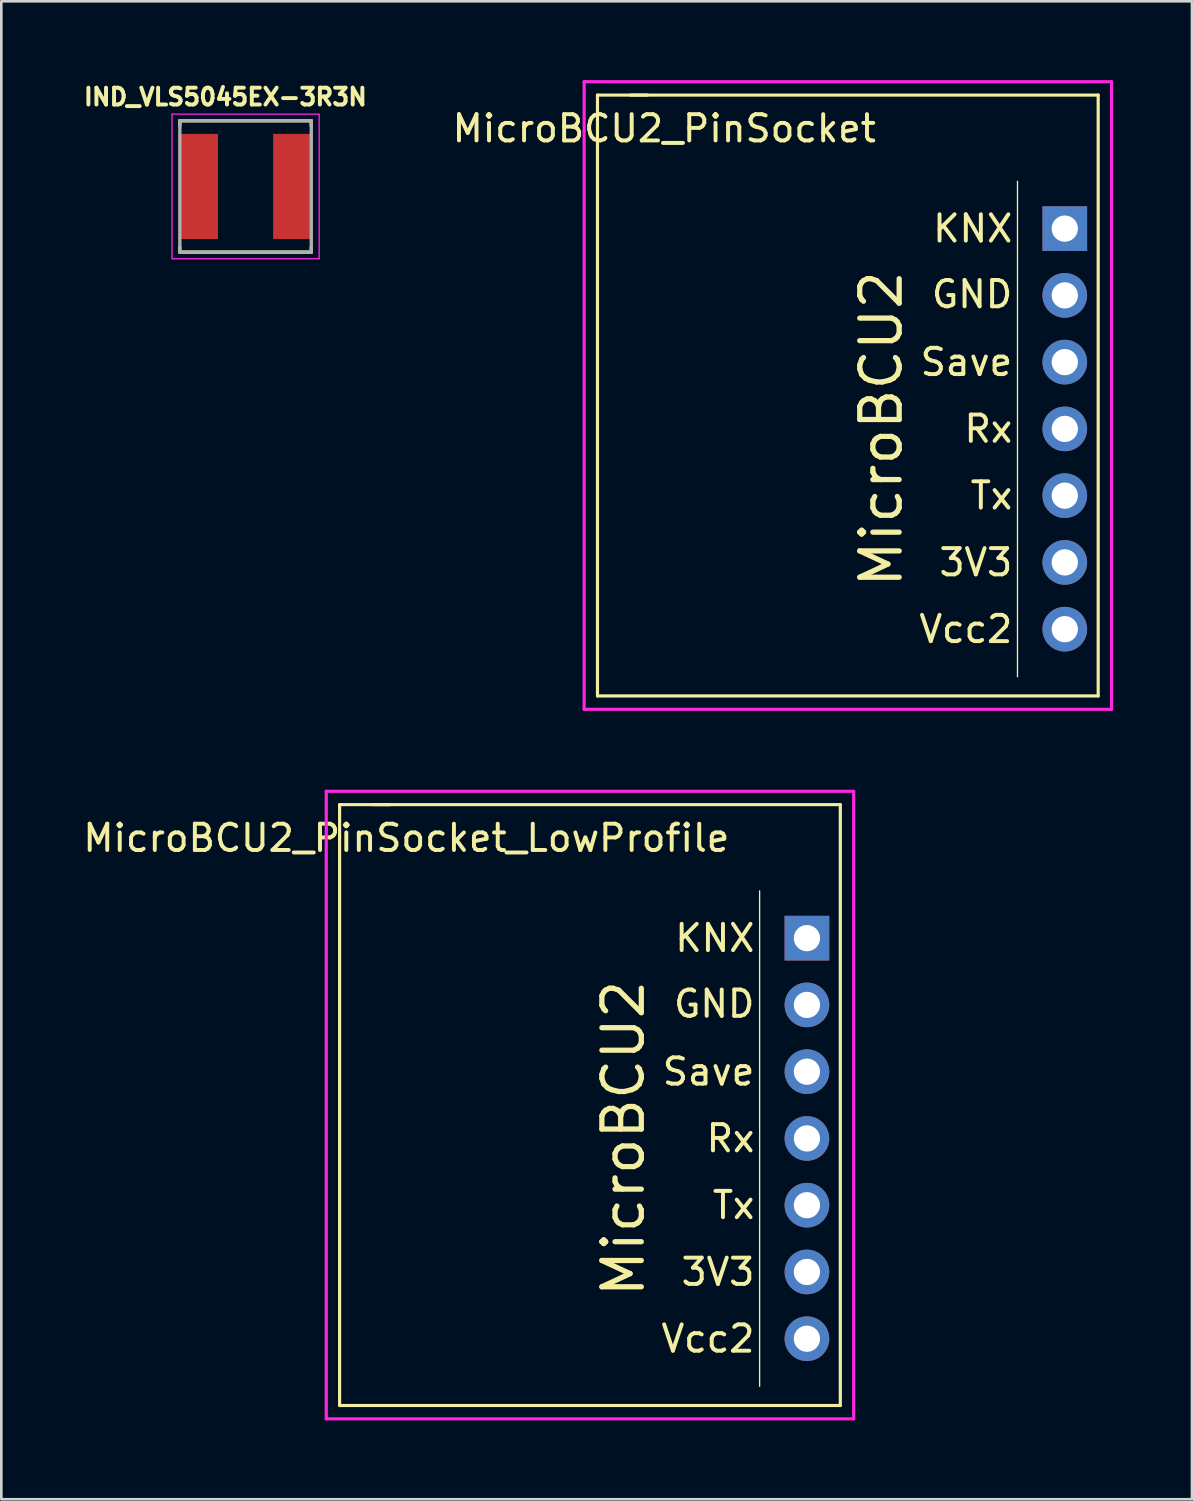
<source format=kicad_pcb>
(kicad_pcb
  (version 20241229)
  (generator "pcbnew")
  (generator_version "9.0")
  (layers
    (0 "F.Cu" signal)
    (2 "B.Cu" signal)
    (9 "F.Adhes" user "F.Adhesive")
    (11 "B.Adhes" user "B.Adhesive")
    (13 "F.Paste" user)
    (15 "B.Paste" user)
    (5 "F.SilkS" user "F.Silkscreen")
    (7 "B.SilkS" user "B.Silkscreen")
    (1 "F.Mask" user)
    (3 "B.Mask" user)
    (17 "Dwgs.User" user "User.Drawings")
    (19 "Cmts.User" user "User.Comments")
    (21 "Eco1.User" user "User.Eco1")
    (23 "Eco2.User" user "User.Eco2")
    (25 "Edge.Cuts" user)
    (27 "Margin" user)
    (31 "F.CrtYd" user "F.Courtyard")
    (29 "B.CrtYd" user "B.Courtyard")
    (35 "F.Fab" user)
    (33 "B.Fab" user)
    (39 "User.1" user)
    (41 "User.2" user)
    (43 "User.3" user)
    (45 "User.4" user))
  (footprint "MicroBCU2_PinSocket_LowProfile"
    (layer "F.Cu")
    (at 27.651 32.644)
    (property "Reference" "MicroBCU2_PinSocket_LowProfile" (at -15.24 -3.81 0) (layer "F.SilkS") (effects (font (size 1 1) (thickness 0.15))))
    (attr through_hole)
    (fp_line (start -17.78 -5.08) (end -17.78 17.78) (stroke (width 0.12) (type solid)) (layer "F.SilkS"))
    (fp_line (start -17.78 -5.08) (end -15.875 -5.08) (stroke (width 0.12) (type solid)) (layer "F.SilkS"))
    (fp_line (start -1.8 -1.8) (end -1.8 17.05) (stroke (width 0.05) (type solid)) (layer "F.SilkS"))
    (fp_line (start 1.27 -5.08) (end -16.51 -5.08) (stroke (width 0.12) (type solid)) (layer "F.SilkS"))
    (fp_line (start 1.27 -5.08) (end 1.27 17.78) (stroke (width 0.12) (type solid)) (layer "F.SilkS"))
    (fp_line (start 1.27 17.78) (end -17.78 17.78) (stroke (width 0.12) (type solid)) (layer "F.SilkS"))
    (fp_line (start -18.288 -5.588) (end 1.778 -5.588) (stroke (width 0.12) (type solid)) (layer "F.CrtYd"))
    (fp_line (start -18.288 18.288) (end -18.288 -5.588) (stroke (width 0.12) (type solid)) (layer "F.CrtYd"))
    (fp_line (start 1.778 -5.588) (end 1.778 18.288) (stroke (width 0.12) (type solid)) (layer "F.CrtYd"))
    (fp_line (start 1.778 18.288) (end -18.288 18.288) (stroke (width 0.12) (type solid)) (layer "F.CrtYd"))
    (fp_text user "GND" (at -1.905 2.5 0) (layer "F.SilkS") (effects (font (size 1 1) (thickness 0.15)) (justify right)))
    (fp_text user "Rx" (at -1.905 7.62 0) (layer "F.SilkS") (effects (font (size 1 1) (thickness 0.15)) (justify right)))
    (fp_text user "MicroBCU2" (at -6.985 7.62 90) (layer "F.SilkS") (effects (font (size 1.5 1.5) (thickness 0.2))))
    (fp_text user "Save" (at -1.905 5.08 0) (layer "F.SilkS") (effects (font (size 1 1) (thickness 0.15)) (justify right)))
    (fp_text user "Tx" (at -1.905 10.16 0) (layer "F.SilkS") (effects (font (size 1 1) (thickness 0.15)) (justify right)))
    (fp_text user "Vcc2" (at -1.905 15.24 0) (layer "F.SilkS") (effects (font (size 1 1) (thickness 0.15)) (justify right)))
    (fp_text user "3V3" (at -1.905 12.7 0) (layer "F.SilkS") (effects (font (size 1 1) (thickness 0.15)) (justify right)))
    (fp_text user "KNX" (at -1.905 0 0) (layer "F.SilkS") (effects (font (size 1 1) (thickness 0.15)) (justify right)))
    (pad "1" thru_hole rect (at 0 0) (size 1.7 1.7) (drill 1) (layers "*.Cu" "*.Mask"))
    (pad "2" thru_hole oval (at 0 2.54) (size 1.7 1.7) (drill 1) (layers "*.Cu" "*.Mask"))
    (pad "3" thru_hole oval (at 0 5.08) (size 1.7 1.7) (drill 1) (layers "*.Cu" "*.Mask"))
    (pad "4" thru_hole oval (at 0 7.62) (size 1.7 1.7) (drill 1) (layers "*.Cu" "*.Mask"))
    (pad "5" thru_hole oval (at 0 10.16) (size 1.7 1.7) (drill 1) (layers "*.Cu" "*.Mask"))
    (pad "6" thru_hole oval (at 0 12.7) (size 1.7 1.7) (drill 1) (layers "*.Cu" "*.Mask"))
    (pad "7" thru_hole oval (at 0 15.24) (size 1.7 1.7) (drill 1) (layers "*.Cu" "*.Mask")))
  (footprint "MicroBCU2_PinSocket"
    (layer "F.Cu")
    (at 37.462 5.648)
    (property "Reference" "MicroBCU2_PinSocket" (at -15.24 -3.81 0) (layer "F.SilkS") (effects (font (size 1 1) (thickness 0.15))))
    (attr through_hole)
    (fp_line (start -17.78 -5.08) (end -17.78 17.78) (stroke (width 0.12) (type solid)) (layer "F.SilkS"))
    (fp_line (start -17.78 -5.08) (end -15.875 -5.08) (stroke (width 0.12) (type solid)) (layer "F.SilkS"))
    (fp_line (start -1.8 -1.8) (end -1.8 17.05) (stroke (width 0.05) (type solid)) (layer "F.SilkS"))
    (fp_line (start 1.27 -5.08) (end -16.51 -5.08) (stroke (width 0.12) (type solid)) (layer "F.SilkS"))
    (fp_line (start 1.27 -5.08) (end 1.27 17.78) (stroke (width 0.12) (type solid)) (layer "F.SilkS"))
    (fp_line (start 1.27 17.78) (end -17.78 17.78) (stroke (width 0.12) (type solid)) (layer "F.SilkS"))
    (fp_line (start -18.288 -5.588) (end 1.778 -5.588) (stroke (width 0.12) (type solid)) (layer "F.CrtYd"))
    (fp_line (start -18.288 18.288) (end -18.288 -5.588) (stroke (width 0.12) (type solid)) (layer "F.CrtYd"))
    (fp_line (start 1.778 -5.588) (end 1.778 18.288) (stroke (width 0.12) (type solid)) (layer "F.CrtYd"))
    (fp_line (start 1.778 18.288) (end -18.288 18.288) (stroke (width 0.12) (type solid)) (layer "F.CrtYd"))
    (fp_text user "KNX" (at -1.905 0 0) (layer "F.SilkS") (effects (font (size 1 1) (thickness 0.15)) (justify right)))
    (fp_text user "Save" (at -1.905 5.08 0) (layer "F.SilkS") (effects (font (size 1 1) (thickness 0.15)) (justify right)))
    (fp_text user "MicroBCU2" (at -6.985 7.62 90) (layer "F.SilkS") (effects (font (size 1.5 1.5) (thickness 0.2))))
    (fp_text user "Rx" (at -1.905 7.62 0) (layer "F.SilkS") (effects (font (size 1 1) (thickness 0.15)) (justify right)))
    (fp_text user "GND" (at -1.905 2.5 0) (layer "F.SilkS") (effects (font (size 1 1) (thickness 0.15)) (justify right)))
    (fp_text user "Tx" (at -1.905 10.16 0) (layer "F.SilkS") (effects (font (size 1 1) (thickness 0.15)) (justify right)))
    (fp_text user "3V3" (at -1.905 12.7 0) (layer "F.SilkS") (effects (font (size 1 1) (thickness 0.15)) (justify right)))
    (fp_text user "Vcc2" (at -1.905 15.24 0) (layer "F.SilkS") (effects (font (size 1 1) (thickness 0.15)) (justify right)))
    (pad "1" thru_hole rect (at 0 0) (size 1.7 1.7) (drill 1) (layers "*.Cu" "*.Mask"))
    (pad "2" thru_hole oval (at 0 2.54) (size 1.7 1.7) (drill 1) (layers "*.Cu" "*.Mask"))
    (pad "3" thru_hole oval (at 0 5.08) (size 1.7 1.7) (drill 1) (layers "*.Cu" "*.Mask"))
    (pad "4" thru_hole oval (at 0 7.62) (size 1.7 1.7) (drill 1) (layers "*.Cu" "*.Mask"))
    (pad "5" thru_hole oval (at 0 10.16) (size 1.7 1.7) (drill 1) (layers "*.Cu" "*.Mask"))
    (pad "6" thru_hole oval (at 0 12.7) (size 1.7 1.7) (drill 1) (layers "*.Cu" "*.Mask"))
    (pad "7" thru_hole oval (at 0 15.24) (size 1.7 1.7) (drill 1) (layers "*.Cu" "*.Mask")))
  (footprint "IND_VLS5045EX-3R3N"
    (layer "F.Cu")
    (at 6.293 4.044)
    (property "Reference" "IND_VLS5045EX-3R3N" (at -0.768 -3.406 0) (layer "F.SilkS") (effects (font (size 0.64 0.64) (thickness 0.15))))
    (attr through_hole)
    (fp_line (start -2.5 -2.5) (end -2.5 -2.32) (stroke (width 0.127) (type solid)) (layer "F.SilkS"))
    (fp_line (start -2.5 -2.5) (end 2.5 -2.5) (stroke (width 0.127) (type solid)) (layer "F.SilkS"))
    (fp_line (start -2.5 2.5) (end -2.5 2.32) (stroke (width 0.127) (type solid)) (layer "F.SilkS"))
    (fp_line (start -2.5 2.5) (end 2.5 2.5) (stroke (width 0.127) (type solid)) (layer "F.SilkS"))
    (fp_line (start 2.5 -2.5) (end 2.5 -2.32) (stroke (width 0.127) (type solid)) (layer "F.SilkS"))
    (fp_line (start 2.5 2.5) (end 2.5 2.32) (stroke (width 0.127) (type solid)) (layer "F.SilkS"))
    (fp_line (start -2.8 -2.75) (end -2.8 2.75) (stroke (width 0.05) (type solid)) (layer "F.CrtYd"))
    (fp_line (start -2.8 2.75) (end 2.8 2.75) (stroke (width 0.05) (type solid)) (layer "F.CrtYd"))
    (fp_line (start 2.8 -2.75) (end -2.8 -2.75) (stroke (width 0.05) (type solid)) (layer "F.CrtYd"))
    (fp_line (start 2.8 2.75) (end 2.8 -2.75) (stroke (width 0.05) (type solid)) (layer "F.CrtYd"))
    (fp_line (start -2.5 -2.5) (end -2.5 2.5) (stroke (width 0.127) (type solid)) (layer "F.Fab"))
    (fp_line (start -2.5 -2.5) (end 2.5 -2.5) (stroke (width 0.127) (type solid)) (layer "F.Fab"))
    (fp_line (start -2.5 2.5) (end 2.5 2.5) (stroke (width 0.127) (type solid)) (layer "F.Fab"))
    (fp_line (start 2.5 -2.5) (end 2.5 2.5) (stroke (width 0.127) (type solid)) (layer "F.Fab"))
    (pad "1" smd rect (at -1.8 0) (size 1.5 4) (layers "F.Cu" "F.Mask" "F.Paste"))
    (pad "2" smd rect (at 1.8 0) (size 1.5 4) (layers "F.Cu" "F.Mask" "F.Paste")))
  (gr_rect
    (start -3 -3)
    (end 42.3 53.992)
    (stroke (width 0.1) (type default))
    (fill no)
    (layer "Edge.Cuts")))
</source>
